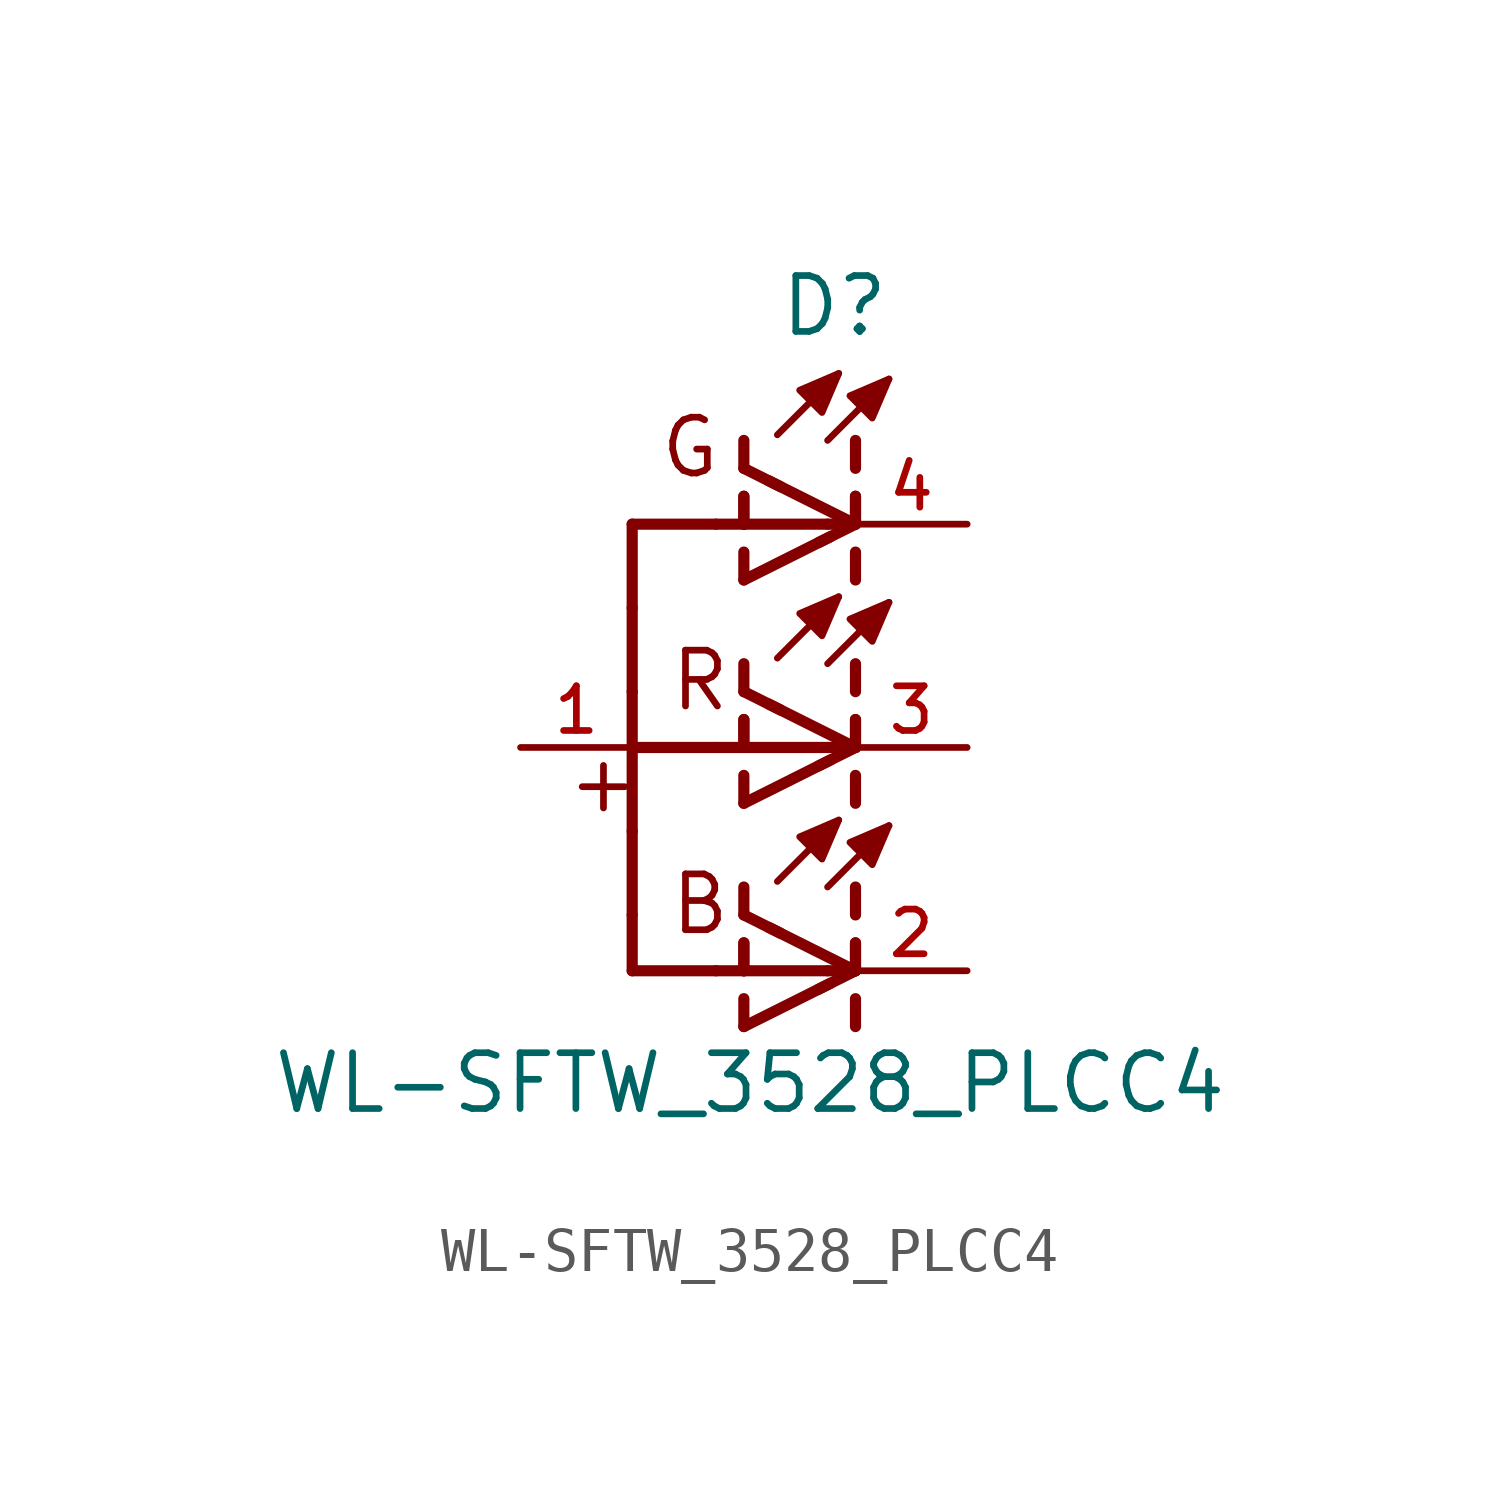
<source format=kicad_sym>
(kicad_symbol_lib
  (version 20241209)
  (generator "kicad_symbol_editor")
  (generator_version "9.0")
  (symbol "WL-SFTW_3528_PLCC4"
    (pin_names
      (offset 1.016))
    (property "Reference" "D"
      (at 2.06 9.302 0)
      (effects (font (size 1.27 1.27)) (justify bottom)))
    (property "Value" "WL-SFTW_3528_PLCC4"
      (at 0.14 -8.378 0)
      (effects (font (size 1.27 1.27)) (justify bottom)))
    (symbol "WL-SFTW_3528_PLCC4_0_0"
      (polyline (pts (xy -2.54 5.08) (xy -2.54 3.175)) (stroke (width 0.254) (type default)) (fill (type none)))
      (polyline (pts (xy -2.54 5.08) (xy -0.635 5.08)) (stroke (width 0.254) (type default)) (fill (type none)))
      (polyline (pts (xy -2.54 3.175) (xy -2.54 1.27)) (stroke (width 0.254) (type default)) (fill (type none)))
      (polyline (pts (xy -2.54 1.27) (xy -2.54 0)) (stroke (width 0.254) (type default)) (fill (type none)))
      (polyline (pts (xy -2.54 0) (xy -2.54 -1.905)) (stroke (width 0.254) (type default)) (fill (type none)))
      (polyline (pts (xy -2.54 0) (xy -0.635 0)) (stroke (width 0.254) (type default)) (fill (type none)))
      (polyline (pts (xy -2.54 -1.905) (xy -2.54 -3.81)) (stroke (width 0.254) (type default)) (fill (type none)))
      (polyline (pts (xy -2.54 -3.81) (xy -2.54 -5.08)) (stroke (width 0.254) (type default)) (fill (type none)))
      (polyline (pts (xy -2.54 -5.08) (xy -0.635 -5.08)) (stroke (width 0.254) (type default)) (fill (type none)))
      (polyline (pts (xy -0.635 5.08) (xy 0 5.08)) (stroke (width 0.254) (type default)) (fill (type none)))
      (polyline (pts (xy -0.635 0) (xy 0 0)) (stroke (width 0.254) (type default)) (fill (type none)))
      (polyline (pts (xy -0.635 -5.08) (xy 0 -5.08)) (stroke (width 0.254) (type default)) (fill (type none)))
      (polyline (pts (xy 0 6.985) (xy 0 6.35)) (stroke (width 0.254) (type default)) (fill (type none)))
      (polyline (pts (xy 0 5.715) (xy 0 5.08)) (stroke (width 0.254) (type default)) (fill (type none)))
      (polyline (pts (xy 0 5.08) (xy 0 5.715)) (stroke (width 0.254) (type default)) (fill (type none)))
      (polyline (pts (xy 0 5.08) (xy 1.905 5.08)) (stroke (width 0.254) (type default)) (fill (type none)))
      (polyline (pts (xy 0 3.81) (xy 0 4.445)) (stroke (width 0.254) (type default)) (fill (type none)))
      (polyline (pts (xy 0 3.81) (xy 1.972 4.796)) (stroke (width 0.254) (type default)) (fill (type none)))
      (polyline (pts (xy 0 1.905) (xy 0 1.27)) (stroke (width 0.254) (type default)) (fill (type none)))
      (polyline (pts (xy 0 0.635) (xy 0 0)) (stroke (width 0.254) (type default)) (fill (type none)))
      (polyline (pts (xy 0 0) (xy 0 0.635)) (stroke (width 0.254) (type default)) (fill (type none)))
      (polyline (pts (xy 0 0) (xy 1.905 0)) (stroke (width 0.254) (type default)) (fill (type none)))
      (polyline (pts (xy 0 -1.27) (xy 0 -0.635)) (stroke (width 0.254) (type default)) (fill (type none)))
      (polyline (pts (xy 0 -1.27) (xy 1.972 -0.284)) (stroke (width 0.254) (type default)) (fill (type none)))
      (polyline (pts (xy 0 -3.175) (xy 0 -3.81)) (stroke (width 0.254) (type default)) (fill (type none)))
      (polyline (pts (xy 0 -4.445) (xy 0 -5.08)) (stroke (width 0.254) (type default)) (fill (type none)))
      (polyline (pts (xy 0 -5.08) (xy 0 -4.445)) (stroke (width 0.254) (type default)) (fill (type none)))
      (polyline (pts (xy 0 -5.08) (xy 1.905 -5.08)) (stroke (width 0.254) (type default)) (fill (type none)))
      (polyline (pts (xy 0 -6.35) (xy 0 -5.715)) (stroke (width 0.254) (type default)) (fill (type none)))
      (polyline (pts (xy 0 -6.35) (xy 1.972 -5.364)) (stroke (width 0.254) (type default)) (fill (type none)))
      (polyline (pts (xy 0.762 7.112) (xy 1.71 8.06)) (stroke (width 0.152) (type default)) (fill (type none)))
      (polyline (pts (xy 0.762 2.032) (xy 1.71 2.98)) (stroke (width 0.152) (type default)) (fill (type none)))
      (polyline (pts (xy 0.762 -3.048) (xy 1.71 -2.1)) (stroke (width 0.152) (type default)) (fill (type none)))
      (polyline (pts (xy 0.836 5.932) (xy 0 6.35)) (stroke (width 0.254) (type default)) (fill (type none)))
      (polyline (pts (xy 0.836 0.852) (xy 0 1.27)) (stroke (width 0.254) (type default)) (fill (type none)))
      (polyline (pts (xy 0.836 -4.228) (xy 0 -3.81)) (stroke (width 0.254) (type default)) (fill (type none)))
      (polyline (pts (xy 1.704 4.662) (xy 2.54 5.08)) (stroke (width 0.254) (type default)) (fill (type none)))
      (polyline (pts (xy 1.704 -0.418) (xy 2.54 0)) (stroke (width 0.254) (type default)) (fill (type none)))
      (polyline (pts (xy 1.704 -5.498) (xy 2.54 -5.08)) (stroke (width 0.254) (type default)) (fill (type none)))
      (polyline (pts (xy 1.905 6.985) (xy 2.853 7.933)) (stroke (width 0.152) (type default)) (fill (type none)))
      (polyline (pts (xy 1.905 5.08) (xy 2.54 5.08)) (stroke (width 0.254) (type default)) (fill (type none)))
      (polyline (pts (xy 1.905 1.905) (xy 2.853 2.853)) (stroke (width 0.152) (type default)) (fill (type none)))
      (polyline (pts (xy 1.905 0) (xy 2.54 0)) (stroke (width 0.254) (type default)) (fill (type none)))
      (polyline (pts (xy 1.905 -3.175) (xy 2.853 -2.227)) (stroke (width 0.152) (type default)) (fill (type none)))
      (polyline (pts (xy 1.905 -5.08) (xy 2.54 -5.08)) (stroke (width 0.254) (type default)) (fill (type none)))
      (polyline (pts (xy 2.109 8.459) (xy 2.159 8.509)) (stroke (width 0.152) (type default)) (fill (type none)))
      (polyline (pts (xy 2.109 3.379) (xy 2.159 3.429)) (stroke (width 0.152) (type default)) (fill (type none)))
      (polyline (pts (xy 2.109 -1.701) (xy 2.159 -1.651)) (stroke (width 0.152) (type default)) (fill (type none)))
      (polyline (pts (xy 2.159 8.509) (xy 1.27 8.128) (xy 1.778 7.62) (xy 2.159 8.509)) (stroke (width 0.152) (type default)) (fill (type outline)))
      (polyline (pts (xy 2.159 3.429) (xy 1.27 3.048) (xy 1.778 2.54) (xy 2.159 3.429)) (stroke (width 0.152) (type default)) (fill (type outline)))
      (polyline (pts (xy 2.159 -1.651) (xy 1.27 -2.032) (xy 1.778 -2.54) (xy 2.159 -1.651)) (stroke (width 0.152) (type default)) (fill (type outline)))
      (polyline (pts (xy 2.54 6.985) (xy 2.54 6.35)) (stroke (width 0.254) (type default)) (fill (type none)))
      (polyline (pts (xy 2.54 5.715) (xy 2.54 5.08)) (stroke (width 0.254) (type default)) (fill (type none)))
      (polyline (pts (xy 2.54 5.08) (xy 0.568 6.066)) (stroke (width 0.254) (type default)) (fill (type none)))
      (polyline (pts (xy 2.54 5.08) (xy 2.54 5.715)) (stroke (width 0.254) (type default)) (fill (type none)))
      (polyline (pts (xy 2.54 3.81) (xy 2.54 4.445)) (stroke (width 0.254) (type default)) (fill (type none)))
      (polyline (pts (xy 2.54 1.905) (xy 2.54 1.27)) (stroke (width 0.254) (type default)) (fill (type none)))
      (polyline (pts (xy 2.54 0.635) (xy 2.54 0)) (stroke (width 0.254) (type default)) (fill (type none)))
      (polyline (pts (xy 2.54 0) (xy 0.568 0.986)) (stroke (width 0.254) (type default)) (fill (type none)))
      (polyline (pts (xy 2.54 0) (xy 2.54 0.635)) (stroke (width 0.254) (type default)) (fill (type none)))
      (polyline (pts (xy 2.54 -1.27) (xy 2.54 -0.635)) (stroke (width 0.254) (type default)) (fill (type none)))
      (polyline (pts (xy 2.54 -3.175) (xy 2.54 -3.81)) (stroke (width 0.254) (type default)) (fill (type none)))
      (polyline (pts (xy 2.54 -4.445) (xy 2.54 -5.08)) (stroke (width 0.254) (type default)) (fill (type none)))
      (polyline (pts (xy 2.54 -5.08) (xy 0.568 -4.094)) (stroke (width 0.254) (type default)) (fill (type none)))
      (polyline (pts (xy 2.54 -5.08) (xy 2.54 -4.445)) (stroke (width 0.254) (type default)) (fill (type none)))
      (polyline (pts (xy 2.54 -6.35) (xy 2.54 -5.715)) (stroke (width 0.254) (type default)) (fill (type none)))
      (polyline (pts (xy 3.252 8.332) (xy 3.302 8.382)) (stroke (width 0.152) (type default)) (fill (type none)))
      (polyline (pts (xy 3.252 3.252) (xy 3.302 3.302)) (stroke (width 0.152) (type default)) (fill (type none)))
      (polyline (pts (xy 3.252 -1.828) (xy 3.302 -1.778)) (stroke (width 0.152) (type default)) (fill (type none)))
      (polyline (pts (xy 3.302 8.382) (xy 2.413 8.001) (xy 2.921 7.493) (xy 3.302 8.382)) (stroke (width 0.152) (type default)) (fill (type outline)))
      (polyline (pts (xy 3.302 3.302) (xy 2.413 2.921) (xy 2.921 2.413) (xy 3.302 3.302)) (stroke (width 0.152) (type default)) (fill (type outline)))
      (polyline (pts (xy 3.302 -1.778) (xy 2.413 -2.159) (xy 2.921 -2.667) (xy 3.302 -1.778)) (stroke (width 0.152) (type default)) (fill (type outline)))
      (text "+" (at -4.08 -1.54 0) (effects (font (size 1.27 1.27)) (justify left bottom)))
      (text "G" (at -1.96 6.08 0) (effects (font (size 1.27 1.27)) (justify left bottom)))
      (text "R" (at -1.73 0.78 0) (effects (font (size 1.27 1.27)) (justify left bottom)))
      (text "B" (at -1.73 -4.31 0) (effects (font (size 1.27 1.27)) (justify left bottom)))
      (pin passive line (at -5.08 0 0) (length 2.54) (name "~" (effects (font (size 1.016 1.016)))) (number "1" (effects (font (size 1.016 1.016)))))
      (pin passive line (at 5.08 5.08 180) (length 2.54) (name "~" (effects (font (size 1.016 1.016)))) (number "4" (effects (font (size 1.016 1.016)))))
      (pin passive line (at 5.08 0 180) (length 2.54) (name "~" (effects (font (size 1.016 1.016)))) (number "3" (effects (font (size 1.016 1.016)))))
      (pin passive line (at 5.08 -5.08 180) (length 2.54) (name "~" (effects (font (size 1.016 1.016)))) (number "2" (effects (font (size 1.016 1.016))))))))
</source>
